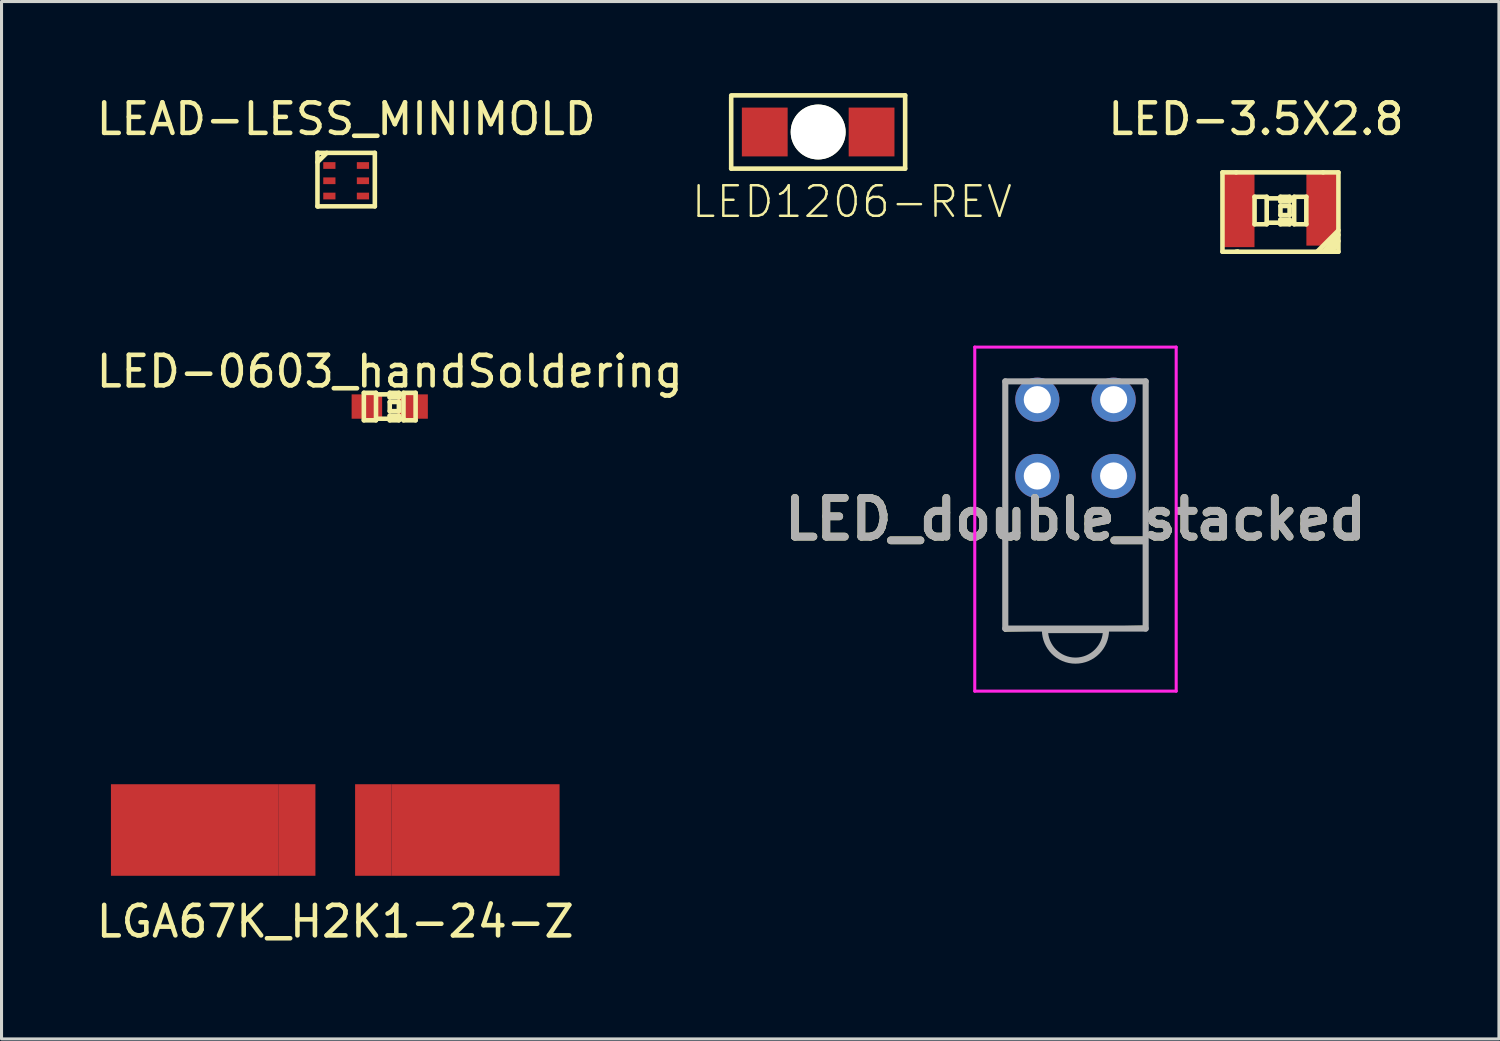
<source format=kicad_pcb>
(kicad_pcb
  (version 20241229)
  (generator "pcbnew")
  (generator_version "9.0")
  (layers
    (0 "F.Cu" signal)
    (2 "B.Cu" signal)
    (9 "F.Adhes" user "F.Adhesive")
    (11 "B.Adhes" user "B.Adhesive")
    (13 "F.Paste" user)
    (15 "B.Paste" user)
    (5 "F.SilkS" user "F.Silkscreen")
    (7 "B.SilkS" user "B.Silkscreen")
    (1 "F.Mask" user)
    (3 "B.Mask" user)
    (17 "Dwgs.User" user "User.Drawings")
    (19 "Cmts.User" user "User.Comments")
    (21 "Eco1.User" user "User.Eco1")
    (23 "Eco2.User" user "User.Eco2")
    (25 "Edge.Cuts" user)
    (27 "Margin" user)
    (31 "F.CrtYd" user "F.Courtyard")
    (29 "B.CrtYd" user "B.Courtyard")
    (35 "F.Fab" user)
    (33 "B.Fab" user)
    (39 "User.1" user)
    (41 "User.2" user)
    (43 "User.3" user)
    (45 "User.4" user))
  (footprint "LEAD-LESS_MINIMOLD"
    (layer "F.Cu")
    (at 8.292 2.873)
    (property "Reference" "LEAD-LESS_MINIMOLD" (at 0 -2.025 0) (layer "F.SilkS") (effects (font (size 1 1) (thickness 0.15))))
    (attr smd)
    (fp_line (start -0.94 -0.914) (end -0.914 -0.914) (stroke (width 0.15) (type solid)) (layer "F.SilkS"))
    (fp_line (start -0.94 -0.61) (end -0.635 -0.914) (stroke (width 0.15) (type solid)) (layer "F.SilkS"))
    (fp_line (start -0.94 0.838) (end -0.94 -0.914) (stroke (width 0.15) (type solid)) (layer "F.SilkS"))
    (fp_line (start -0.914 -0.914) (end 0.94 -0.914) (stroke (width 0.15) (type solid)) (layer "F.SilkS"))
    (fp_line (start -0.914 0.838) (end -0.94 0.838) (stroke (width 0.15) (type solid)) (layer "F.SilkS"))
    (fp_line (start 0.94 -0.914) (end 0.94 0.838) (stroke (width 0.15) (type solid)) (layer "F.SilkS"))
    (fp_line (start 0.94 0.838) (end -0.914 0.838) (stroke (width 0.15) (type solid)) (layer "F.SilkS"))
    (pad "1" smd rect (at -0.55 -0.5) (size 0.4 0.22) (layers "F.Cu" "F.Mask" "F.Paste"))
    (pad "2" smd rect (at -0.55 0) (size 0.4 0.22) (layers "F.Cu" "F.Mask" "F.Paste"))
    (pad "3" smd rect (at -0.55 0.5) (size 0.4 0.22) (layers "F.Cu" "F.Mask" "F.Paste"))
    (pad "4" smd rect (at 0.55 0.5) (size 0.4 0.22) (layers "F.Cu" "F.Mask" "F.Paste"))
    (pad "5" smd rect (at 0.55 0) (size 0.4 0.22) (layers "F.Cu" "F.Mask" "F.Paste"))
    (pad "6" smd rect (at 0.55 -0.5) (size 0.4 0.22) (layers "F.Cu" "F.Mask" "F.Paste")))
  (footprint "LED-0603_handSoldering"
    (layer "F.Cu")
    (at 9.72 10.271)
    (property "Reference" "LED-0603_handSoldering" (at 0 -1.15 0) (layer "F.SilkS") (effects (font (size 1 1) (thickness 0.15))))
    (attr smd)
    (fp_line (start -0.848 -0.45) (end -0.848 0.45) (stroke (width 0.15) (type solid)) (layer "F.SilkS"))
    (fp_line (start -0.848 -0.45) (end -0.45 -0.45) (stroke (width 0.15) (type solid)) (layer "F.SilkS"))
    (fp_line (start -0.848 0.45) (end -0.45 0.45) (stroke (width 0.15) (type solid)) (layer "F.SilkS"))
    (fp_line (start -0.45 -0.45) (end -0.45 0.45) (stroke (width 0.15) (type solid)) (layer "F.SilkS"))
    (fp_line (start 0 -0.45) (end 0 -0.3) (stroke (width 0.15) (type solid)) (layer "F.SilkS"))
    (fp_line (start 0 -0.45) (end 0.3 -0.45) (stroke (width 0.15) (type solid)) (layer "F.SilkS"))
    (fp_line (start 0 -0.3) (end 0.3 -0.3) (stroke (width 0.15) (type solid)) (layer "F.SilkS"))
    (fp_line (start 0 -0.15) (end 0 0.15) (stroke (width 0.15) (type solid)) (layer "F.SilkS"))
    (fp_line (start 0 -0.15) (end 0.3 -0.15) (stroke (width 0.15) (type solid)) (layer "F.SilkS"))
    (fp_line (start 0 0.15) (end 0.3 0.15) (stroke (width 0.15) (type solid)) (layer "F.SilkS"))
    (fp_line (start 0 0.3) (end 0 0.45) (stroke (width 0.15) (type solid)) (layer "F.SilkS"))
    (fp_line (start 0 0.3) (end 0.3 0.3) (stroke (width 0.15) (type solid)) (layer "F.SilkS"))
    (fp_line (start 0 0.45) (end 0.3 0.45) (stroke (width 0.15) (type solid)) (layer "F.SilkS"))
    (fp_line (start 0.3 -0.45) (end 0.3 -0.3) (stroke (width 0.15) (type solid)) (layer "F.SilkS"))
    (fp_line (start 0.3 -0.15) (end 0.3 0.15) (stroke (width 0.15) (type solid)) (layer "F.SilkS"))
    (fp_line (start 0.3 0.3) (end 0.3 0.45) (stroke (width 0.15) (type solid)) (layer "F.SilkS"))
    (fp_line (start 0.45 -0.45) (end 0.45 0.45) (stroke (width 0.15) (type solid)) (layer "F.SilkS"))
    (fp_line (start 0.45 -0.45) (end 0.848 -0.45) (stroke (width 0.15) (type solid)) (layer "F.SilkS"))
    (fp_line (start 0.45 -0.399) (end -0.45 -0.399) (stroke (width 0.15) (type solid)) (layer "F.SilkS"))
    (fp_line (start 0.45 0.399) (end -0.45 0.399) (stroke (width 0.15) (type solid)) (layer "F.SilkS"))
    (fp_line (start 0.45 0.45) (end 0.848 0.45) (stroke (width 0.15) (type solid)) (layer "F.SilkS"))
    (fp_line (start 0.848 -0.45) (end 0.848 0.45) (stroke (width 0.15) (type solid)) (layer "F.SilkS"))
    (pad "1" smd rect (at -0.749 0) (size 1 0.798) (layers "F.Cu" "F.Mask" "F.Paste"))
    (pad "2" smd rect (at 0.749 0) (size 1 0.798) (layers "F.Cu" "F.Mask" "F.Paste")))
  (footprint "LGA67K_H2K1-24-Z"
    (layer "F.Cu")
    (at 7.935 24.146)
    (property "Reference" "LGA67K_H2K1-24-Z" (at 0 2.997 0) (layer "F.SilkS") (effects (font (size 1 1) (thickness 0.15))))
    (attr through_hole)
    (pad "1" smd rect (at -4.6 0) (size 5.5 3) (layers "F.Cu"))
    (pad "1" smd rect (at -1.25 0) (size 1.2 3) (layers "F.Cu" "F.Mask" "F.Paste"))
    (pad "2" smd rect (at 1.25 0) (size 1.2 3) (layers "F.Cu" "F.Mask" "F.Paste"))
    (pad "2" smd rect (at 4.6 0) (size 5.5 3) (layers "F.Cu")))
  (footprint "LED1206-REV"
    (placed yes)
    (layer "F.Cu")
    (at 22.008 1.275)
    (property "Reference" "LED1206-REV" (at 2.857 2.286 0) (layer "F.SilkS") (effects (font (size 1 1) (thickness 0.08))))
    (attr through_hole)
    (fp_line (start -1.1 -1.15) (end -1.1 1.2) (stroke (width 0.15) (type solid)) (layer "F.SilkS"))
    (fp_line (start -1.1 1.2) (end 4.6 1.2) (stroke (width 0.15) (type solid)) (layer "F.SilkS"))
    (fp_line (start 4.6 -1.2) (end -1.1 -1.2) (stroke (width 0.15) (type solid)) (layer "F.SilkS"))
    (fp_line (start 4.6 1.2) (end 4.6 -1.2) (stroke (width 0.15) (type solid)) (layer "F.SilkS"))
    (pad "" np_thru_hole circle (at 1.75 0) (size 1.8 1.8) (drill 1.8) (layers "*.Cu" "*.Mask" "F.SilkS"))
    (pad "1" smd rect (at 0 0) (size 1.5 1.6) (layers "F.Cu" "F.Mask" "F.Paste"))
    (pad "2" smd rect (at 3.5 0) (size 1.5 1.6) (layers "F.Cu" "F.Mask" "F.Paste")))
  (footprint "LED-3.5X2.8"
    (layer "F.Cu")
    (at 38.905 3.848)
    (property "Reference" "LED-3.5X2.8" (at -0.8 -3 0) (layer "F.SilkS") (effects (font (size 1 1) (thickness 0.15))))
    (attr smd)
    (fp_line (start -1.9 -1.25) (end -1.9 1.35) (stroke (width 0.15) (type solid)) (layer "F.SilkS"))
    (fp_line (start -1.9 1.35) (end -1.4 1.35) (stroke (width 0.15) (type solid)) (layer "F.SilkS"))
    (fp_line (start -1.45 -1.25) (end -1.9 -1.25) (stroke (width 0.15) (type solid)) (layer "F.SilkS"))
    (fp_line (start -1.45 -1.25) (end 1.4 -1.25) (stroke (width 0.15) (type solid)) (layer "F.SilkS"))
    (fp_line (start -1.4 1.35) (end -1.45 1.35) (stroke (width 0.15) (type solid)) (layer "F.SilkS"))
    (fp_line (start -0.848 -0.45) (end -0.848 0.45) (stroke (width 0.15) (type solid)) (layer "F.SilkS"))
    (fp_line (start -0.848 -0.45) (end -0.45 -0.45) (stroke (width 0.15) (type solid)) (layer "F.SilkS"))
    (fp_line (start -0.848 0.45) (end -0.45 0.45) (stroke (width 0.15) (type solid)) (layer "F.SilkS"))
    (fp_line (start -0.45 -0.45) (end -0.45 0.45) (stroke (width 0.15) (type solid)) (layer "F.SilkS"))
    (fp_line (start 0 -0.45) (end 0 -0.3) (stroke (width 0.15) (type solid)) (layer "F.SilkS"))
    (fp_line (start 0 -0.45) (end 0.3 -0.45) (stroke (width 0.15) (type solid)) (layer "F.SilkS"))
    (fp_line (start 0 -0.3) (end 0.3 -0.3) (stroke (width 0.15) (type solid)) (layer "F.SilkS"))
    (fp_line (start 0 -0.15) (end 0 0.15) (stroke (width 0.15) (type solid)) (layer "F.SilkS"))
    (fp_line (start 0 -0.15) (end 0.3 -0.15) (stroke (width 0.15) (type solid)) (layer "F.SilkS"))
    (fp_line (start 0 0.15) (end 0.3 0.15) (stroke (width 0.15) (type solid)) (layer "F.SilkS"))
    (fp_line (start 0 0.3) (end 0 0.45) (stroke (width 0.15) (type solid)) (layer "F.SilkS"))
    (fp_line (start 0 0.3) (end 0.3 0.3) (stroke (width 0.15) (type solid)) (layer "F.SilkS"))
    (fp_line (start 0 0.45) (end 0.3 0.45) (stroke (width 0.15) (type solid)) (layer "F.SilkS"))
    (fp_line (start 0.3 -0.45) (end 0.3 -0.3) (stroke (width 0.15) (type solid)) (layer "F.SilkS"))
    (fp_line (start 0.3 -0.15) (end 0.3 0.15) (stroke (width 0.15) (type solid)) (layer "F.SilkS"))
    (fp_line (start 0.3 0.3) (end 0.3 0.45) (stroke (width 0.15) (type solid)) (layer "F.SilkS"))
    (fp_line (start 0.45 -0.45) (end 0.45 0.45) (stroke (width 0.15) (type solid)) (layer "F.SilkS"))
    (fp_line (start 0.45 -0.45) (end 0.848 -0.45) (stroke (width 0.15) (type solid)) (layer "F.SilkS"))
    (fp_line (start 0.45 -0.399) (end -0.45 -0.399) (stroke (width 0.15) (type solid)) (layer "F.SilkS"))
    (fp_line (start 0.45 0.399) (end -0.45 0.399) (stroke (width 0.15) (type solid)) (layer "F.SilkS"))
    (fp_line (start 0.45 0.45) (end 0.848 0.45) (stroke (width 0.15) (type solid)) (layer "F.SilkS"))
    (fp_line (start 0.848 -0.45) (end 0.848 0.45) (stroke (width 0.15) (type solid)) (layer "F.SilkS"))
    (fp_line (start 1.2 1.35) (end 1.9 0.65) (stroke (width 0.15) (type solid)) (layer "F.SilkS"))
    (fp_line (start 1.4 -1.25) (end 1.9 -1.25) (stroke (width 0.15) (type solid)) (layer "F.SilkS"))
    (fp_line (start 1.4 1.35) (end -1.4 1.35) (stroke (width 0.15) (type solid)) (layer "F.SilkS"))
    (fp_line (start 1.4 1.35) (end 1.9 0.8) (stroke (width 0.15) (type solid)) (layer "F.SilkS"))
    (fp_line (start 1.4 1.35) (end 1.9 1.35) (stroke (width 0.15) (type solid)) (layer "F.SilkS"))
    (fp_line (start 1.55 1.3) (end 1.9 1) (stroke (width 0.15) (type solid)) (layer "F.SilkS"))
    (fp_line (start 1.7 1.3) (end 1.85 1.15) (stroke (width 0.15) (type solid)) (layer "F.SilkS"))
    (fp_line (start 1.9 -1.25) (end 1.9 1.35) (stroke (width 0.15) (type solid)) (layer "F.SilkS"))
    (pad "1" smd rect (at -1.35 0) (size 1 2.4) (layers "F.Cu" "F.Mask" "F.Paste"))
    (pad "2" smd rect (at 1.35 -0.05) (size 1 2.4) (layers "F.Cu" "F.Mask" "F.Paste")))
  (footprint "LED_double_stacked"
    (layer "F.Cu")
    (at 30.939 12.546)
    (property "Reference" "LED_double_stacked" (at 1.25 1.413 0) (layer "F.SilkS") (effects (font (size 1.27 1.27) (thickness 0.254))))
    (attr through_hole)
    (fp_line (start -1.05 -3.1) (end -1.05 4.95) (stroke (width 0.1) (type solid)) (layer "F.SilkS"))
    (fp_line (start -1.05 4.95) (end -1.05 5.05) (stroke (width 0.1) (type solid)) (layer "F.SilkS"))
    (fp_line (start -1.05 5.05) (end 3.55 4.95) (stroke (width 0.1) (type solid)) (layer "F.SilkS"))
    (fp_line (start 3.55 4.95) (end 3.55 -3.05) (stroke (width 0.1) (type solid)) (layer "F.SilkS"))
    (fp_line (start -2.05 -4.223) (end 4.55 -4.223) (stroke (width 0.1) (type solid)) (layer "F.CrtYd"))
    (fp_line (start -2.05 7.05) (end -2.05 -4.223) (stroke (width 0.1) (type solid)) (layer "F.CrtYd"))
    (fp_line (start 4.55 -4.223) (end 4.55 7.05) (stroke (width 0.1) (type solid)) (layer "F.CrtYd"))
    (fp_line (start 4.55 7.05) (end -2.05 7.05) (stroke (width 0.1) (type solid)) (layer "F.CrtYd"))
    (fp_line (start -1.05 -3.1) (end 3.55 -3.1) (stroke (width 0.2) (type solid)) (layer "F.Fab"))
    (fp_line (start -1.05 5) (end -1.05 -3.1) (stroke (width 0.2) (type solid)) (layer "F.Fab"))
    (fp_line (start 0.25 5.05) (end 0.25 5.05) (stroke (width 0.2) (type solid)) (layer "F.Fab"))
    (fp_line (start 2.25 5.05) (end 0.25 5.05) (stroke (width 0.2) (type solid)) (layer "F.Fab"))
    (fp_line (start 3.55 -3.1) (end 3.55 5) (stroke (width 0.2) (type solid)) (layer "F.Fab"))
    (fp_line (start 3.55 5) (end -1.05 5) (stroke (width 0.2) (type solid)) (layer "F.Fab"))
    (fp_arc (start 2.25 5.05) (mid 1.25 6.05) (end 0.25 5.05) (stroke (width 0.2) (type solid)) (layer "F.Fab"))
    (fp_text user "${REFERENCE}" (at 1.25 1.413 0) (layer "F.Fab") (effects (font (size 1.27 1.27) (thickness 0.254))))
    (pad "1" thru_hole circle (at 0 0) (size 1.446 1.446) (drill 0.89) (layers "*.Cu" "*.Mask"))
    (pad "2" thru_hole circle (at 0 -2.5) (size 1.446 1.446) (drill 0.89) (layers "*.Cu" "*.Mask"))
    (pad "3" thru_hole circle (at 2.5 0) (size 1.446 1.446) (drill 0.89) (layers "*.Cu" "*.Mask"))
    (pad "4" thru_hole circle (at 2.5 -2.5) (size 1.446 1.446) (drill 0.89) (layers "*.Cu" "*.Mask")))
  (gr_rect
    (start -3 -3)
    (end 46.064 30.992)
    (stroke (width 0.1) (type default))
    (fill no)
    (layer "Edge.Cuts")))
</source>
